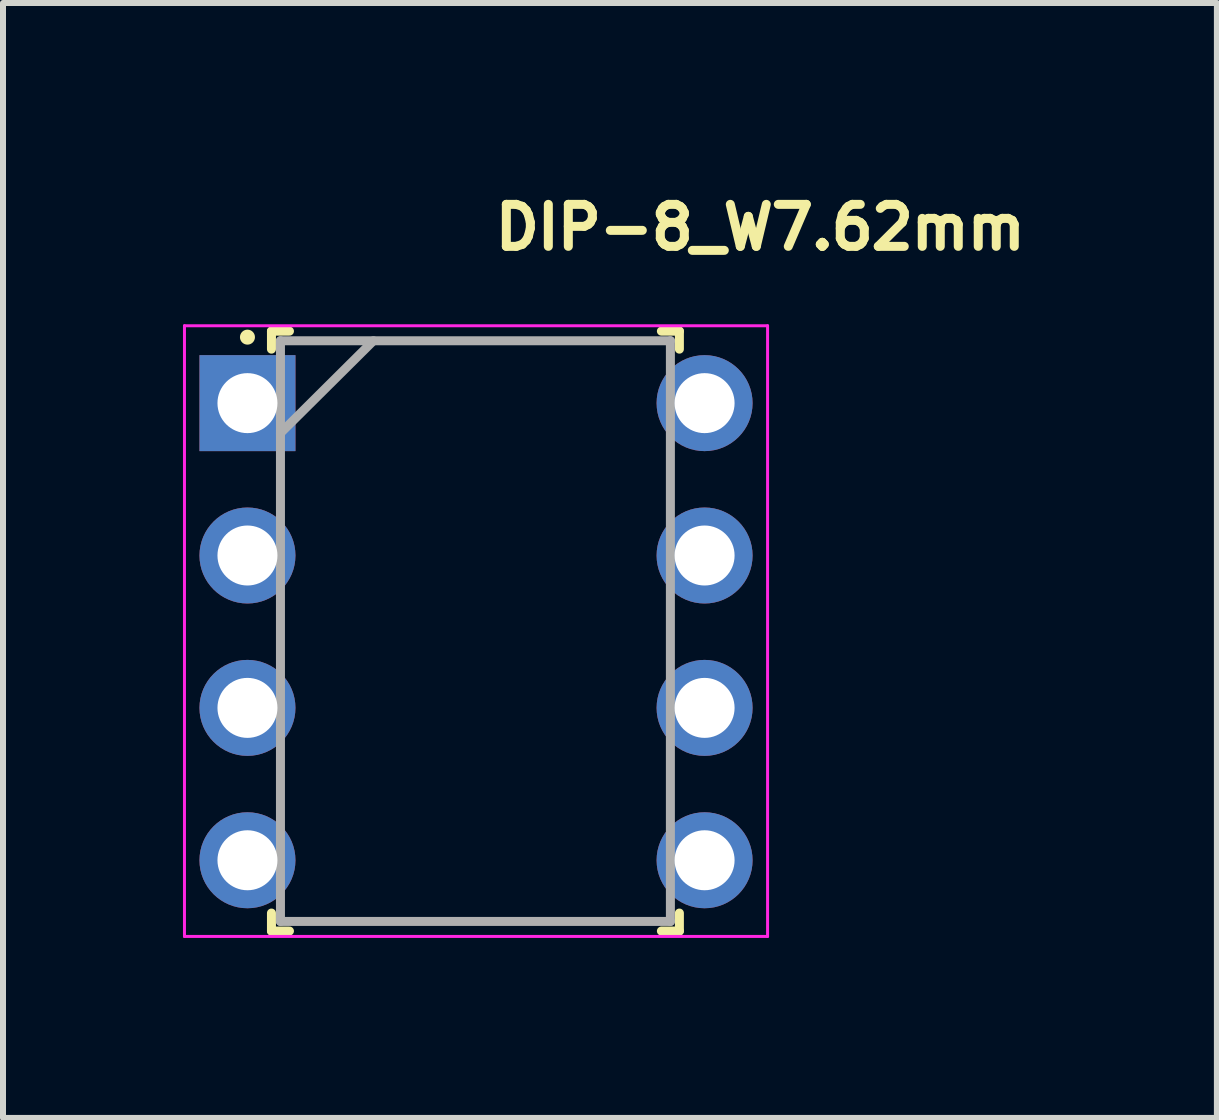
<source format=kicad_pcb>
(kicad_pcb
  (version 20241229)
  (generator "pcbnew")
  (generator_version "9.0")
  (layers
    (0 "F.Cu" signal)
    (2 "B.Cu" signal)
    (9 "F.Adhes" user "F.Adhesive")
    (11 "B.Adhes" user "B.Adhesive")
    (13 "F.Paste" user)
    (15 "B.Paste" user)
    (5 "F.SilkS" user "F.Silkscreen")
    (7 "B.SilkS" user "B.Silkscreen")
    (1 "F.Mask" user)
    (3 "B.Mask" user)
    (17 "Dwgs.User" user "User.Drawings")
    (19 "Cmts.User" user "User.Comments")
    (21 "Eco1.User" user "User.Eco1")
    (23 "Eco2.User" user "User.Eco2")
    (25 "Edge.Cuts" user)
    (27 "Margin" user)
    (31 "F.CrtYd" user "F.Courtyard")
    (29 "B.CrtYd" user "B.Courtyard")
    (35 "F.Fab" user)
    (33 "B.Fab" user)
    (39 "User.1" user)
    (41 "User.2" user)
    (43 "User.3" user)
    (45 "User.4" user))
  (footprint "DIP-8_W7.62mm"
    (layer "F.Cu")
    (at 1.075 3.67)
    (property "Reference" "DIP-8_W7.62mm" (at 4.05 -2.52 0) (layer "F.SilkS") (effects (font (size 0.7 0.7) (thickness 0.15)) (justify left bottom)))
    (attr through_hole)
    (fp_line (start 0.4 -1.2) (end 0.7 -1.2) (stroke (width 0.15) (type solid)) (layer "F.SilkS"))
    (fp_line (start 0.4 -0.9) (end 0.4 -1.2) (stroke (width 0.15) (type solid)) (layer "F.SilkS"))
    (fp_line (start 0.4 8.5) (end 0.4 8.8) (stroke (width 0.15) (type solid)) (layer "F.SilkS"))
    (fp_line (start 0.4 8.8) (end 0.7 8.8) (stroke (width 0.15) (type solid)) (layer "F.SilkS"))
    (fp_line (start 7.2 -1.2) (end 6.9 -1.2) (stroke (width 0.15) (type solid)) (layer "F.SilkS"))
    (fp_line (start 7.2 -0.9) (end 7.2 -1.2) (stroke (width 0.15) (type solid)) (layer "F.SilkS"))
    (fp_line (start 7.2 8.5) (end 7.2 8.8) (stroke (width 0.15) (type solid)) (layer "F.SilkS"))
    (fp_line (start 7.2 8.8) (end 6.9 8.8) (stroke (width 0.15) (type solid)) (layer "F.SilkS"))
    (fp_circle (center 0 -1.1) (end 0.05 -1.1) (stroke (width 0.15) (type solid)) (fill yes) (layer "F.SilkS"))
    (fp_line (start -1.05 -1.29) (end -1.05 8.89) (stroke (width 0.05) (type solid)) (layer "F.CrtYd"))
    (fp_line (start -1.05 -1.29) (end 8.67 -1.29) (stroke (width 0.05) (type solid)) (layer "F.CrtYd"))
    (fp_line (start -1.05 8.89) (end 8.67 8.89) (stroke (width 0.05) (type solid)) (layer "F.CrtYd"))
    (fp_line (start 8.67 -1.29) (end 8.67 8.89) (stroke (width 0.05) (type solid)) (layer "F.CrtYd"))
    (fp_line (start 0.55 -1.04) (end 0.55 8.64) (stroke (width 0.15) (type solid)) (layer "F.Fab"))
    (fp_line (start 0.55 -1.04) (end 7.05 -1.04) (stroke (width 0.15) (type solid)) (layer "F.Fab"))
    (fp_line (start 0.55 8.64) (end 7.05 8.64) (stroke (width 0.15) (type solid)) (layer "F.Fab"))
    (fp_line (start 2.1 -1.04) (end 0.55 0.5) (stroke (width 0.15) (type solid)) (layer "F.Fab"))
    (fp_line (start 7.05 -1.04) (end 7.05 8.64) (stroke (width 0.15) (type solid)) (layer "F.Fab"))
    (fp_rect (start -0.307 -0.942) (end 7.907 8.642) (stroke (width 0.1) (type solid)) (fill no) (layer "User.5"))
    (fp_line (start -0.307 -0.518) (end -0.307 0.598) (stroke (width 0.02) (type solid)) (layer "User.9"))
    (fp_line (start -0.307 -0.518) (end -0.168 -0.518) (stroke (width 0.02) (type solid)) (layer "User.9"))
    (fp_line (start -0.307 0.598) (end -0.168 0.598) (stroke (width 0.02) (type solid)) (layer "User.9"))
    (fp_line (start -0.307 2.022) (end -0.307 3.138) (stroke (width 0.02) (type solid)) (layer "User.9"))
    (fp_line (start -0.307 2.022) (end -0.168 2.022) (stroke (width 0.02) (type solid)) (layer "User.9"))
    (fp_line (start -0.307 3.138) (end -0.168 3.138) (stroke (width 0.02) (type solid)) (layer "User.9"))
    (fp_line (start -0.307 4.562) (end -0.307 5.678) (stroke (width 0.02) (type solid)) (layer "User.9"))
    (fp_line (start -0.307 4.562) (end -0.168 4.562) (stroke (width 0.02) (type solid)) (layer "User.9"))
    (fp_line (start -0.307 5.678) (end -0.168 5.678) (stroke (width 0.02) (type solid)) (layer "User.9"))
    (fp_line (start -0.307 7.102) (end -0.307 8.218) (stroke (width 0.02) (type solid)) (layer "User.9"))
    (fp_line (start -0.307 7.102) (end -0.168 7.102) (stroke (width 0.02) (type solid)) (layer "User.9"))
    (fp_line (start -0.307 8.218) (end -0.168 8.218) (stroke (width 0.02) (type solid)) (layer "User.9"))
    (fp_line (start -0.168 -0.518) (end 0.498 -0.518) (stroke (width 0.02) (type solid)) (layer "User.9"))
    (fp_line (start -0.168 2.022) (end 0.498 2.022) (stroke (width 0.02) (type solid)) (layer "User.9"))
    (fp_line (start -0.168 4.562) (end 0.498 4.562) (stroke (width 0.02) (type solid)) (layer "User.9"))
    (fp_line (start -0.168 7.102) (end 0.498 7.102) (stroke (width 0.02) (type solid)) (layer "User.9"))
    (fp_line (start 0.498 -0.942) (end 0.663 -0.777) (stroke (width 0.02) (type solid)) (layer "User.9"))
    (fp_line (start 0.498 -0.942) (end 7.102 -0.942) (stroke (width 0.02) (type solid)) (layer "User.9"))
    (fp_line (start 0.498 0.598) (end -0.168 0.598) (stroke (width 0.02) (type solid)) (layer "User.9"))
    (fp_line (start 0.498 0.598) (end 0.498 -0.518) (stroke (width 0.02) (type solid)) (layer "User.9"))
    (fp_line (start 0.498 3.138) (end -0.168 3.138) (stroke (width 0.02) (type solid)) (layer "User.9"))
    (fp_line (start 0.498 3.138) (end 0.498 2.022) (stroke (width 0.02) (type solid)) (layer "User.9"))
    (fp_line (start 0.498 5.678) (end -0.168 5.678) (stroke (width 0.02) (type solid)) (layer "User.9"))
    (fp_line (start 0.498 5.678) (end 0.498 4.562) (stroke (width 0.02) (type solid)) (layer "User.9"))
    (fp_line (start 0.498 8.218) (end -0.168 8.218) (stroke (width 0.02) (type solid)) (layer "User.9"))
    (fp_line (start 0.498 8.218) (end 0.498 7.102) (stroke (width 0.02) (type solid)) (layer "User.9"))
    (fp_line (start 0.498 8.642) (end 0.498 -0.942) (stroke (width 0.02) (type solid)) (layer "User.9"))
    (fp_line (start 0.498 8.642) (end 0.663 8.477) (stroke (width 0.02) (type solid)) (layer "User.9"))
    (fp_line (start 0.498 8.642) (end 7.102 8.642) (stroke (width 0.02) (type solid)) (layer "User.9"))
    (fp_line (start 0.663 -0.777) (end 2.991 -0.777) (stroke (width 0.02) (type solid)) (layer "User.9"))
    (fp_line (start 0.663 8.477) (end 0.663 -0.777) (stroke (width 0.02) (type solid)) (layer "User.9"))
    (fp_line (start 0.663 8.477) (end 6.937 8.477) (stroke (width 0.02) (type solid)) (layer "User.9"))
    (fp_line (start 2.984 -0.814) (end 2.991 -0.777) (stroke (width 0.02) (type solid)) (layer "User.9"))
    (fp_line (start 2.991 -0.777) (end 2.999 -0.742) (stroke (width 0.02) (type solid)) (layer "User.9"))
    (fp_line (start 2.999 -0.742) (end 3.009 -0.707) (stroke (width 0.02) (type solid)) (layer "User.9"))
    (fp_line (start 3.009 -0.707) (end 3.02 -0.672) (stroke (width 0.02) (type solid)) (layer "User.9"))
    (fp_line (start 3.02 -0.672) (end 3.032 -0.639) (stroke (width 0.02) (type solid)) (layer "User.9"))
    (fp_line (start 3.032 -0.639) (end 3.046 -0.606) (stroke (width 0.02) (type solid)) (layer "User.9"))
    (fp_line (start 3.046 -0.606) (end 3.061 -0.574) (stroke (width 0.02) (type solid)) (layer "User.9"))
    (fp_line (start 3.061 -0.574) (end 3.078 -0.542) (stroke (width 0.02) (type solid)) (layer "User.9"))
    (fp_line (start 3.078 -0.542) (end 3.095 -0.512) (stroke (width 0.02) (type solid)) (layer "User.9"))
    (fp_line (start 3.095 -0.512) (end 3.114 -0.482) (stroke (width 0.02) (type solid)) (layer "User.9"))
    (fp_line (start 3.114 -0.482) (end 3.134 -0.454) (stroke (width 0.02) (type solid)) (layer "User.9"))
    (fp_line (start 3.134 -0.454) (end 3.156 -0.426) (stroke (width 0.02) (type solid)) (layer "User.9"))
    (fp_line (start 3.156 -0.426) (end 3.178 -0.399) (stroke (width 0.02) (type solid)) (layer "User.9"))
    (fp_line (start 3.178 -0.399) (end 3.201 -0.374) (stroke (width 0.02) (type solid)) (layer "User.9"))
    (fp_line (start 3.201 -0.374) (end 3.226 -0.349) (stroke (width 0.02) (type solid)) (layer "User.9"))
    (fp_line (start 3.226 -0.349) (end 3.251 -0.325) (stroke (width 0.02) (type solid)) (layer "User.9"))
    (fp_line (start 3.251 -0.325) (end 3.278 -0.303) (stroke (width 0.02) (type solid)) (layer "User.9"))
    (fp_line (start 3.278 -0.303) (end 3.305 -0.282) (stroke (width 0.02) (type solid)) (layer "User.9"))
    (fp_line (start 3.305 -0.282) (end 3.333 -0.261) (stroke (width 0.02) (type solid)) (layer "User.9"))
    (fp_line (start 3.333 -0.261) (end 3.362 -0.242) (stroke (width 0.02) (type solid)) (layer "User.9"))
    (fp_line (start 3.362 -0.242) (end 3.392 -0.225) (stroke (width 0.02) (type solid)) (layer "User.9"))
    (fp_line (start 3.392 -0.225) (end 3.423 -0.208) (stroke (width 0.02) (type solid)) (layer "User.9"))
    (fp_line (start 3.423 -0.208) (end 3.454 -0.193) (stroke (width 0.02) (type solid)) (layer "User.9"))
    (fp_line (start 3.454 -0.193) (end 3.486 -0.179) (stroke (width 0.02) (type solid)) (layer "User.9"))
    (fp_line (start 3.486 -0.179) (end 3.519 -0.166) (stroke (width 0.02) (type solid)) (layer "User.9"))
    (fp_line (start 3.519 -0.166) (end 3.552 -0.155) (stroke (width 0.02) (type solid)) (layer "User.9"))
    (fp_line (start 3.552 -0.155) (end 3.586 -0.145) (stroke (width 0.02) (type solid)) (layer "User.9"))
    (fp_line (start 3.586 -0.145) (end 3.621 -0.136) (stroke (width 0.02) (type solid)) (layer "User.9"))
    (fp_line (start 3.621 -0.136) (end 3.656 -0.13) (stroke (width 0.02) (type solid)) (layer "User.9"))
    (fp_line (start 3.656 -0.13) (end 3.691 -0.124) (stroke (width 0.02) (type solid)) (layer "User.9"))
    (fp_line (start 3.691 -0.124) (end 3.727 -0.12) (stroke (width 0.02) (type solid)) (layer "User.9"))
    (fp_line (start 3.727 -0.12) (end 3.763 -0.118) (stroke (width 0.02) (type solid)) (layer "User.9"))
    (fp_line (start 3.763 -0.118) (end 3.8 -0.117) (stroke (width 0.02) (type solid)) (layer "User.9"))
    (fp_line (start 3.8 -0.117) (end 3.8 -0.117) (stroke (width 0.02) (type solid)) (layer "User.9"))
    (fp_line (start 3.8 -0.117) (end 3.837 -0.118) (stroke (width 0.02) (type solid)) (layer "User.9"))
    (fp_line (start 3.837 -0.118) (end 3.873 -0.12) (stroke (width 0.02) (type solid)) (layer "User.9"))
    (fp_line (start 3.873 -0.12) (end 3.909 -0.124) (stroke (width 0.02) (type solid)) (layer "User.9"))
    (fp_line (start 3.909 -0.124) (end 3.944 -0.13) (stroke (width 0.02) (type solid)) (layer "User.9"))
    (fp_line (start 3.944 -0.13) (end 3.979 -0.136) (stroke (width 0.02) (type solid)) (layer "User.9"))
    (fp_line (start 3.979 -0.136) (end 4.014 -0.145) (stroke (width 0.02) (type solid)) (layer "User.9"))
    (fp_line (start 4.014 -0.145) (end 4.048 -0.155) (stroke (width 0.02) (type solid)) (layer "User.9"))
    (fp_line (start 4.048 -0.155) (end 4.081 -0.166) (stroke (width 0.02) (type solid)) (layer "User.9"))
    (fp_line (start 4.081 -0.166) (end 4.114 -0.179) (stroke (width 0.02) (type solid)) (layer "User.9"))
    (fp_line (start 4.114 -0.179) (end 4.146 -0.193) (stroke (width 0.02) (type solid)) (layer "User.9"))
    (fp_line (start 4.146 -0.193) (end 4.177 -0.208) (stroke (width 0.02) (type solid)) (layer "User.9"))
    (fp_line (start 4.177 -0.208) (end 4.208 -0.225) (stroke (width 0.02) (type solid)) (layer "User.9"))
    (fp_line (start 4.208 -0.225) (end 4.267 -0.261) (stroke (width 0.02) (type solid)) (layer "User.9"))
    (fp_line (start 4.267 -0.261) (end 4.322 -0.303) (stroke (width 0.02) (type solid)) (layer "User.9"))
    (fp_line (start 4.322 -0.303) (end 4.374 -0.349) (stroke (width 0.02) (type solid)) (layer "User.9"))
    (fp_line (start 4.374 -0.349) (end 4.422 -0.399) (stroke (width 0.02) (type solid)) (layer "User.9"))
    (fp_line (start 4.422 -0.399) (end 4.444 -0.426) (stroke (width 0.02) (type solid)) (layer "User.9"))
    (fp_line (start 4.444 -0.426) (end 4.466 -0.454) (stroke (width 0.02) (type solid)) (layer "User.9"))
    (fp_line (start 4.466 -0.454) (end 4.486 -0.482) (stroke (width 0.02) (type solid)) (layer "User.9"))
    (fp_line (start 4.486 -0.482) (end 4.505 -0.512) (stroke (width 0.02) (type solid)) (layer "User.9"))
    (fp_line (start 4.505 -0.512) (end 4.522 -0.542) (stroke (width 0.02) (type solid)) (layer "User.9"))
    (fp_line (start 4.522 -0.542) (end 4.539 -0.574) (stroke (width 0.02) (type solid)) (layer "User.9"))
    (fp_line (start 4.539 -0.574) (end 4.554 -0.606) (stroke (width 0.02) (type solid)) (layer "User.9"))
    (fp_line (start 4.554 -0.606) (end 4.568 -0.639) (stroke (width 0.02) (type solid)) (layer "User.9"))
    (fp_line (start 4.568 -0.639) (end 4.58 -0.672) (stroke (width 0.02) (type solid)) (layer "User.9"))
    (fp_line (start 4.58 -0.672) (end 4.591 -0.707) (stroke (width 0.02) (type solid)) (layer "User.9"))
    (fp_line (start 4.591 -0.707) (end 4.601 -0.742) (stroke (width 0.02) (type solid)) (layer "User.9"))
    (fp_line (start 4.601 -0.742) (end 4.609 -0.777) (stroke (width 0.02) (type solid)) (layer "User.9"))
    (fp_line (start 4.609 -0.777) (end 4.616 -0.814) (stroke (width 0.02) (type solid)) (layer "User.9"))
    (fp_line (start 4.609 -0.777) (end 6.937 -0.777) (stroke (width 0.02) (type solid)) (layer "User.9"))
    (fp_line (start 4.616 -0.814) (end 2.984 -0.814) (stroke (width 0.02) (type solid)) (layer "User.9"))
    (fp_line (start 6.937 8.477) (end 6.937 -0.777) (stroke (width 0.02) (type solid)) (layer "User.9"))
    (fp_line (start 7.102 -0.942) (end 6.937 -0.777) (stroke (width 0.02) (type solid)) (layer "User.9"))
    (fp_line (start 7.102 -0.518) (end 7.768 -0.518) (stroke (width 0.02) (type solid)) (layer "User.9"))
    (fp_line (start 7.102 0.598) (end 7.102 -0.518) (stroke (width 0.02) (type solid)) (layer "User.9"))
    (fp_line (start 7.102 0.598) (end 7.768 0.598) (stroke (width 0.02) (type solid)) (layer "User.9"))
    (fp_line (start 7.102 2.022) (end 7.768 2.022) (stroke (width 0.02) (type solid)) (layer "User.9"))
    (fp_line (start 7.102 3.138) (end 7.102 2.022) (stroke (width 0.02) (type solid)) (layer "User.9"))
    (fp_line (start 7.102 3.138) (end 7.768 3.138) (stroke (width 0.02) (type solid)) (layer "User.9"))
    (fp_line (start 7.102 4.562) (end 7.768 4.562) (stroke (width 0.02) (type solid)) (layer "User.9"))
    (fp_line (start 7.102 5.678) (end 7.102 4.562) (stroke (width 0.02) (type solid)) (layer "User.9"))
    (fp_line (start 7.102 5.678) (end 7.768 5.678) (stroke (width 0.02) (type solid)) (layer "User.9"))
    (fp_line (start 7.102 7.102) (end 7.768 7.102) (stroke (width 0.02) (type solid)) (layer "User.9"))
    (fp_line (start 7.102 8.218) (end 7.102 7.102) (stroke (width 0.02) (type solid)) (layer "User.9"))
    (fp_line (start 7.102 8.218) (end 7.768 8.218) (stroke (width 0.02) (type solid)) (layer "User.9"))
    (fp_line (start 7.102 8.642) (end 6.937 8.477) (stroke (width 0.02) (type solid)) (layer "User.9"))
    (fp_line (start 7.102 8.642) (end 7.102 -0.942) (stroke (width 0.02) (type solid)) (layer "User.9"))
    (fp_line (start 7.907 -0.518) (end 7.768 -0.518) (stroke (width 0.02) (type solid)) (layer "User.9"))
    (fp_line (start 7.907 0.598) (end 7.768 0.598) (stroke (width 0.02) (type solid)) (layer "User.9"))
    (fp_line (start 7.907 0.598) (end 7.907 -0.518) (stroke (width 0.02) (type solid)) (layer "User.9"))
    (fp_line (start 7.907 2.022) (end 7.768 2.022) (stroke (width 0.02) (type solid)) (layer "User.9"))
    (fp_line (start 7.907 3.138) (end 7.768 3.138) (stroke (width 0.02) (type solid)) (layer "User.9"))
    (fp_line (start 7.907 3.138) (end 7.907 2.022) (stroke (width 0.02) (type solid)) (layer "User.9"))
    (fp_line (start 7.907 4.562) (end 7.768 4.562) (stroke (width 0.02) (type solid)) (layer "User.9"))
    (fp_line (start 7.907 5.678) (end 7.768 5.678) (stroke (width 0.02) (type solid)) (layer "User.9"))
    (fp_line (start 7.907 5.678) (end 7.907 4.562) (stroke (width 0.02) (type solid)) (layer "User.9"))
    (fp_line (start 7.907 7.102) (end 7.768 7.102) (stroke (width 0.02) (type solid)) (layer "User.9"))
    (fp_line (start 7.907 8.218) (end 7.768 8.218) (stroke (width 0.02) (type solid)) (layer "User.9"))
    (fp_line (start 7.907 8.218) (end 7.907 7.102) (stroke (width 0.02) (type solid)) (layer "User.9"))
    (pad "1" thru_hole rect (at 0 0) (size 1.6 1.6) (drill 1) (layers "*.Cu" "*.Mask"))
    (pad "2" thru_hole circle (at 0 2.54) (size 1.6 1.6) (drill 1) (layers "*.Cu" "*.Mask"))
    (pad "3" thru_hole circle (at 0 5.08) (size 1.6 1.6) (drill 1) (layers "*.Cu" "*.Mask"))
    (pad "4" thru_hole circle (at 0 7.62) (size 1.6 1.6) (drill 1) (layers "*.Cu" "*.Mask"))
    (pad "5" thru_hole circle (at 7.62 7.62) (size 1.6 1.6) (drill 1) (layers "*.Cu" "*.Mask"))
    (pad "6" thru_hole circle (at 7.62 5.08) (size 1.6 1.6) (drill 1) (layers "*.Cu" "*.Mask"))
    (pad "7" thru_hole circle (at 7.62 2.54) (size 1.6 1.6) (drill 1) (layers "*.Cu" "*.Mask"))
    (pad "8" thru_hole circle (at 7.62 0) (size 1.6 1.6) (drill 1) (layers "*.Cu" "*.Mask")))
  (gr_rect
    (start -3 -3)
    (end 17.235 15.585)
    (stroke (width 0.1) (type default))
    (fill no)
    (layer "Edge.Cuts")))
</source>
